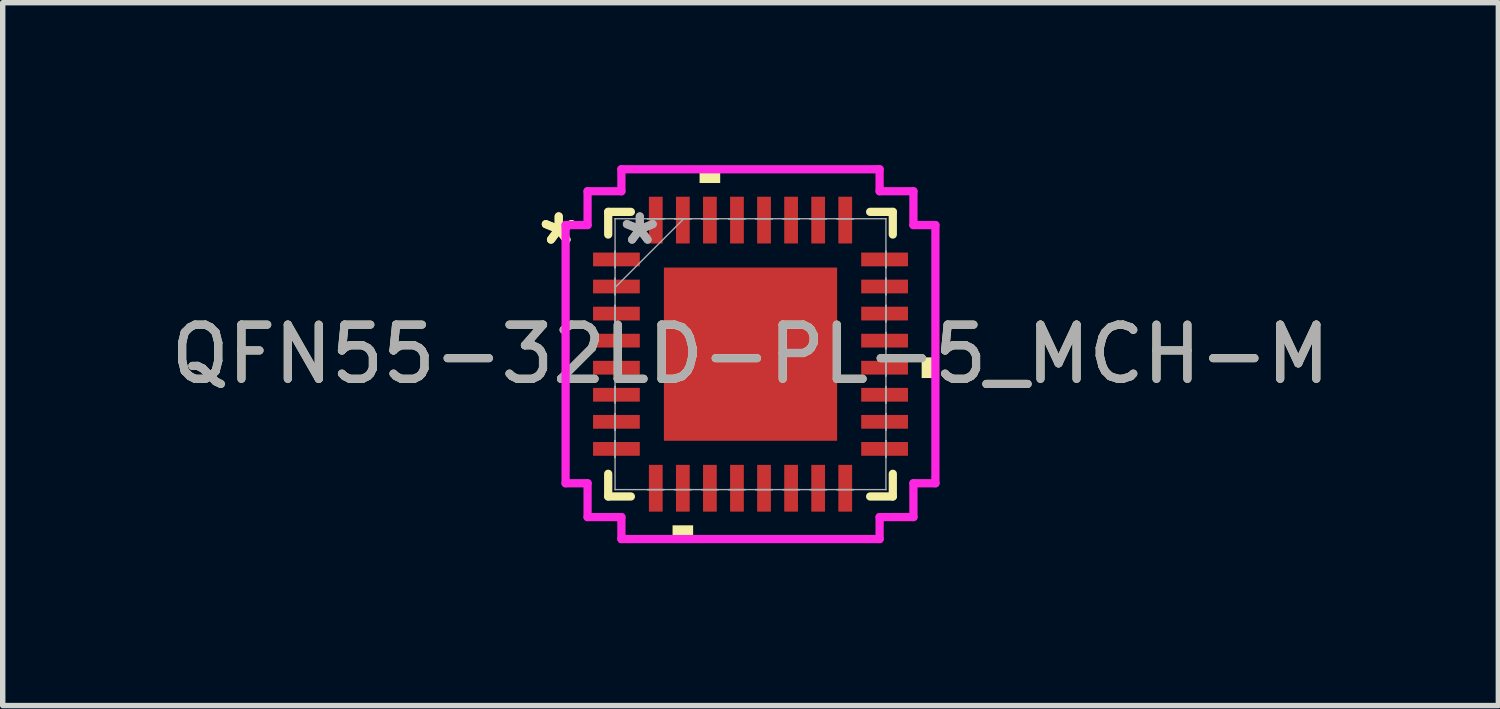
<source format=kicad_pcb>
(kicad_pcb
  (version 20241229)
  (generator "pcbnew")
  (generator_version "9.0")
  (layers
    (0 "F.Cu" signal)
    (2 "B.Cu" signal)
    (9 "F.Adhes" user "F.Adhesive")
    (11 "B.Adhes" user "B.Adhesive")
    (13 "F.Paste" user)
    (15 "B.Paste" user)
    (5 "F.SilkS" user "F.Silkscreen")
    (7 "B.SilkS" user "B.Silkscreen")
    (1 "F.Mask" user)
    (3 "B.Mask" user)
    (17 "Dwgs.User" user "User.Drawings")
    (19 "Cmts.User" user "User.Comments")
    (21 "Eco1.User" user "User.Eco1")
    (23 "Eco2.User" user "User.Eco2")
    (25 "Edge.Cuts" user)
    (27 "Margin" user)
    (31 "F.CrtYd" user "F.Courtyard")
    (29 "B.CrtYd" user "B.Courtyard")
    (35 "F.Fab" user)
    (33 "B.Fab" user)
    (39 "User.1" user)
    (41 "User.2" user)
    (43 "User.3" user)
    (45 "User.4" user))
  (footprint "QFN55-32LD-PL-5_MCH-M"
    (layer "F.Cu")
    (at 10.815 3.493)
    (property "Reference" "QFN55-32LD-PL-5_MCH-M" (at 0 0 0) (unlocked yes) (layer "F.SilkS") (effects (font (size 1 1) (thickness 0.15))))
    (attr smd)
    (fp_line (start -2.629 -2.629) (end -2.629 -2.21) (stroke (width 0.152) (type solid)) (layer "F.SilkS"))
    (fp_line (start -2.629 2.21) (end -2.629 2.629) (stroke (width 0.152) (type solid)) (layer "F.SilkS"))
    (fp_line (start -2.629 2.629) (end -2.21 2.629) (stroke (width 0.152) (type solid)) (layer "F.SilkS"))
    (fp_line (start -2.21 -2.629) (end -2.629 -2.629) (stroke (width 0.152) (type solid)) (layer "F.SilkS"))
    (fp_line (start 2.21 2.629) (end 2.629 2.629) (stroke (width 0.152) (type solid)) (layer "F.SilkS"))
    (fp_line (start 2.629 -2.629) (end 2.21 -2.629) (stroke (width 0.152) (type solid)) (layer "F.SilkS"))
    (fp_line (start 2.629 -2.21) (end 2.629 -2.629) (stroke (width 0.152) (type solid)) (layer "F.SilkS"))
    (fp_line (start 2.629 2.629) (end 2.629 2.21) (stroke (width 0.152) (type solid)) (layer "F.SilkS"))
    (fp_poly (pts (xy -1.44 3.162) (xy -1.44 3.416) (xy -1.06 3.416) (xy -1.06 3.162)) (stroke (width 0) (type solid)) (fill yes) (layer "F.SilkS"))
    (fp_poly (pts (xy -0.941 -3.162) (xy -0.941 -3.416) (xy -0.56 -3.416) (xy -0.56 -3.162)) (stroke (width 0) (type solid)) (fill yes) (layer "F.SilkS"))
    (fp_poly (pts (xy 3.416 0.059) (xy 3.416 0.441) (xy 3.162 0.441) (xy 3.162 0.059)) (stroke (width 0) (type solid)) (fill yes) (layer "F.SilkS"))
    (fp_poly (pts (xy -1.5 -1.5) (xy -1.5 -0.1) (xy -0.1 -0.1) (xy -0.1 -1.5)) (stroke (width 0) (type solid)) (fill yes) (layer "F.Paste"))
    (fp_poly (pts (xy -1.5 0.1) (xy -1.5 1.5) (xy -0.1 1.5) (xy -0.1 0.1)) (stroke (width 0) (type solid)) (fill yes) (layer "F.Paste"))
    (fp_poly (pts (xy 0.1 -1.5) (xy 0.1 -0.1) (xy 1.5 -0.1) (xy 1.5 -1.5)) (stroke (width 0) (type solid)) (fill yes) (layer "F.Paste"))
    (fp_poly (pts (xy 0.1 0.1) (xy 0.1 1.5) (xy 1.5 1.5) (xy 1.5 0.1)) (stroke (width 0) (type solid)) (fill yes) (layer "F.Paste"))
    (fp_line (start -3.416 -2.385) (end -3.01 -2.385) (stroke (width 0.152) (type solid)) (layer "F.CrtYd"))
    (fp_line (start -3.416 2.385) (end -3.416 -2.385) (stroke (width 0.152) (type solid)) (layer "F.CrtYd"))
    (fp_line (start -3.01 -3.01) (end -2.385 -3.01) (stroke (width 0.152) (type solid)) (layer "F.CrtYd"))
    (fp_line (start -3.01 -2.385) (end -3.01 -3.01) (stroke (width 0.152) (type solid)) (layer "F.CrtYd"))
    (fp_line (start -3.01 2.385) (end -3.416 2.385) (stroke (width 0.152) (type solid)) (layer "F.CrtYd"))
    (fp_line (start -3.01 3.01) (end -3.01 2.385) (stroke (width 0.152) (type solid)) (layer "F.CrtYd"))
    (fp_line (start -2.385 -3.416) (end 2.385 -3.416) (stroke (width 0.152) (type solid)) (layer "F.CrtYd"))
    (fp_line (start -2.385 -3.01) (end -2.385 -3.416) (stroke (width 0.152) (type solid)) (layer "F.CrtYd"))
    (fp_line (start -2.385 3.01) (end -3.01 3.01) (stroke (width 0.152) (type solid)) (layer "F.CrtYd"))
    (fp_line (start -2.385 3.416) (end -2.385 3.01) (stroke (width 0.152) (type solid)) (layer "F.CrtYd"))
    (fp_line (start 2.385 -3.416) (end 2.385 -3.01) (stroke (width 0.152) (type solid)) (layer "F.CrtYd"))
    (fp_line (start 2.385 -3.01) (end 3.01 -3.01) (stroke (width 0.152) (type solid)) (layer "F.CrtYd"))
    (fp_line (start 2.385 3.01) (end 2.385 3.416) (stroke (width 0.152) (type solid)) (layer "F.CrtYd"))
    (fp_line (start 2.385 3.416) (end -2.385 3.416) (stroke (width 0.152) (type solid)) (layer "F.CrtYd"))
    (fp_line (start 3.01 -3.01) (end 3.01 -2.385) (stroke (width 0.152) (type solid)) (layer "F.CrtYd"))
    (fp_line (start 3.01 -2.385) (end 3.416 -2.385) (stroke (width 0.152) (type solid)) (layer "F.CrtYd"))
    (fp_line (start 3.01 2.385) (end 3.01 3.01) (stroke (width 0.152) (type solid)) (layer "F.CrtYd"))
    (fp_line (start 3.01 3.01) (end 2.385 3.01) (stroke (width 0.152) (type solid)) (layer "F.CrtYd"))
    (fp_line (start 3.416 -2.385) (end 3.416 2.385) (stroke (width 0.152) (type solid)) (layer "F.CrtYd"))
    (fp_line (start 3.416 2.385) (end 3.01 2.385) (stroke (width 0.152) (type solid)) (layer "F.CrtYd"))
    (fp_line (start -2.502 -2.502) (end -2.502 -2.502) (stroke (width 0.025) (type solid)) (layer "F.Fab"))
    (fp_line (start -2.502 -2.502) (end -2.502 2.502) (stroke (width 0.025) (type solid)) (layer "F.Fab"))
    (fp_line (start -2.502 -1.902) (end -2.502 -1.902) (stroke (width 0.025) (type solid)) (layer "F.Fab"))
    (fp_line (start -2.502 -1.902) (end -2.502 -1.598) (stroke (width 0.025) (type solid)) (layer "F.Fab"))
    (fp_line (start -2.502 -1.598) (end -2.502 -1.902) (stroke (width 0.025) (type solid)) (layer "F.Fab"))
    (fp_line (start -2.502 -1.598) (end -2.502 -1.598) (stroke (width 0.025) (type solid)) (layer "F.Fab"))
    (fp_line (start -2.502 -1.402) (end -2.502 -1.402) (stroke (width 0.025) (type solid)) (layer "F.Fab"))
    (fp_line (start -2.502 -1.402) (end -2.502 -1.098) (stroke (width 0.025) (type solid)) (layer "F.Fab"))
    (fp_line (start -2.502 -1.232) (end -1.232 -2.502) (stroke (width 0.025) (type solid)) (layer "F.Fab"))
    (fp_line (start -2.502 -1.098) (end -2.502 -1.402) (stroke (width 0.025) (type solid)) (layer "F.Fab"))
    (fp_line (start -2.502 -1.098) (end -2.502 -1.098) (stroke (width 0.025) (type solid)) (layer "F.Fab"))
    (fp_line (start -2.502 -0.902) (end -2.502 -0.902) (stroke (width 0.025) (type solid)) (layer "F.Fab"))
    (fp_line (start -2.502 -0.902) (end -2.502 -0.598) (stroke (width 0.025) (type solid)) (layer "F.Fab"))
    (fp_line (start -2.502 -0.598) (end -2.502 -0.902) (stroke (width 0.025) (type solid)) (layer "F.Fab"))
    (fp_line (start -2.502 -0.598) (end -2.502 -0.598) (stroke (width 0.025) (type solid)) (layer "F.Fab"))
    (fp_line (start -2.502 -0.402) (end -2.502 -0.402) (stroke (width 0.025) (type solid)) (layer "F.Fab"))
    (fp_line (start -2.502 -0.402) (end -2.502 -0.098) (stroke (width 0.025) (type solid)) (layer "F.Fab"))
    (fp_line (start -2.502 -0.098) (end -2.502 -0.402) (stroke (width 0.025) (type solid)) (layer "F.Fab"))
    (fp_line (start -2.502 -0.098) (end -2.502 -0.098) (stroke (width 0.025) (type solid)) (layer "F.Fab"))
    (fp_line (start -2.502 0.098) (end -2.502 0.098) (stroke (width 0.025) (type solid)) (layer "F.Fab"))
    (fp_line (start -2.502 0.098) (end -2.502 0.402) (stroke (width 0.025) (type solid)) (layer "F.Fab"))
    (fp_line (start -2.502 0.402) (end -2.502 0.098) (stroke (width 0.025) (type solid)) (layer "F.Fab"))
    (fp_line (start -2.502 0.402) (end -2.502 0.402) (stroke (width 0.025) (type solid)) (layer "F.Fab"))
    (fp_line (start -2.502 0.598) (end -2.502 0.598) (stroke (width 0.025) (type solid)) (layer "F.Fab"))
    (fp_line (start -2.502 0.598) (end -2.502 0.902) (stroke (width 0.025) (type solid)) (layer "F.Fab"))
    (fp_line (start -2.502 0.902) (end -2.502 0.598) (stroke (width 0.025) (type solid)) (layer "F.Fab"))
    (fp_line (start -2.502 0.902) (end -2.502 0.902) (stroke (width 0.025) (type solid)) (layer "F.Fab"))
    (fp_line (start -2.502 1.098) (end -2.502 1.098) (stroke (width 0.025) (type solid)) (layer "F.Fab"))
    (fp_line (start -2.502 1.098) (end -2.502 1.402) (stroke (width 0.025) (type solid)) (layer "F.Fab"))
    (fp_line (start -2.502 1.402) (end -2.502 1.098) (stroke (width 0.025) (type solid)) (layer "F.Fab"))
    (fp_line (start -2.502 1.402) (end -2.502 1.402) (stroke (width 0.025) (type solid)) (layer "F.Fab"))
    (fp_line (start -2.502 1.598) (end -2.502 1.598) (stroke (width 0.025) (type solid)) (layer "F.Fab"))
    (fp_line (start -2.502 1.598) (end -2.502 1.902) (stroke (width 0.025) (type solid)) (layer "F.Fab"))
    (fp_line (start -2.502 1.902) (end -2.502 1.598) (stroke (width 0.025) (type solid)) (layer "F.Fab"))
    (fp_line (start -2.502 1.902) (end -2.502 1.902) (stroke (width 0.025) (type solid)) (layer "F.Fab"))
    (fp_line (start -2.502 2.502) (end -2.502 2.502) (stroke (width 0.025) (type solid)) (layer "F.Fab"))
    (fp_line (start -2.502 2.502) (end 2.502 2.502) (stroke (width 0.025) (type solid)) (layer "F.Fab"))
    (fp_line (start -1.902 -2.502) (end -1.902 -2.502) (stroke (width 0.025) (type solid)) (layer "F.Fab"))
    (fp_line (start -1.902 -2.502) (end -1.598 -2.502) (stroke (width 0.025) (type solid)) (layer "F.Fab"))
    (fp_line (start -1.902 2.502) (end -1.902 2.502) (stroke (width 0.025) (type solid)) (layer "F.Fab"))
    (fp_line (start -1.902 2.502) (end -1.598 2.502) (stroke (width 0.025) (type solid)) (layer "F.Fab"))
    (fp_line (start -1.598 -2.502) (end -1.902 -2.502) (stroke (width 0.025) (type solid)) (layer "F.Fab"))
    (fp_line (start -1.598 -2.502) (end -1.598 -2.502) (stroke (width 0.025) (type solid)) (layer "F.Fab"))
    (fp_line (start -1.598 2.502) (end -1.902 2.502) (stroke (width 0.025) (type solid)) (layer "F.Fab"))
    (fp_line (start -1.598 2.502) (end -1.598 2.502) (stroke (width 0.025) (type solid)) (layer "F.Fab"))
    (fp_line (start -1.402 -2.502) (end -1.402 -2.502) (stroke (width 0.025) (type solid)) (layer "F.Fab"))
    (fp_line (start -1.402 -2.502) (end -1.098 -2.502) (stroke (width 0.025) (type solid)) (layer "F.Fab"))
    (fp_line (start -1.402 2.502) (end -1.402 2.502) (stroke (width 0.025) (type solid)) (layer "F.Fab"))
    (fp_line (start -1.402 2.502) (end -1.098 2.502) (stroke (width 0.025) (type solid)) (layer "F.Fab"))
    (fp_line (start -1.098 -2.502) (end -1.402 -2.502) (stroke (width 0.025) (type solid)) (layer "F.Fab"))
    (fp_line (start -1.098 -2.502) (end -1.098 -2.502) (stroke (width 0.025) (type solid)) (layer "F.Fab"))
    (fp_line (start -1.098 2.502) (end -1.402 2.502) (stroke (width 0.025) (type solid)) (layer "F.Fab"))
    (fp_line (start -1.098 2.502) (end -1.098 2.502) (stroke (width 0.025) (type solid)) (layer "F.Fab"))
    (fp_line (start -0.902 -2.502) (end -0.902 -2.502) (stroke (width 0.025) (type solid)) (layer "F.Fab"))
    (fp_line (start -0.902 -2.502) (end -0.598 -2.502) (stroke (width 0.025) (type solid)) (layer "F.Fab"))
    (fp_line (start -0.902 2.502) (end -0.902 2.502) (stroke (width 0.025) (type solid)) (layer "F.Fab"))
    (fp_line (start -0.902 2.502) (end -0.598 2.502) (stroke (width 0.025) (type solid)) (layer "F.Fab"))
    (fp_line (start -0.598 -2.502) (end -0.902 -2.502) (stroke (width 0.025) (type solid)) (layer "F.Fab"))
    (fp_line (start -0.598 -2.502) (end -0.598 -2.502) (stroke (width 0.025) (type solid)) (layer "F.Fab"))
    (fp_line (start -0.598 2.502) (end -0.902 2.502) (stroke (width 0.025) (type solid)) (layer "F.Fab"))
    (fp_line (start -0.598 2.502) (end -0.598 2.502) (stroke (width 0.025) (type solid)) (layer "F.Fab"))
    (fp_line (start -0.402 -2.502) (end -0.402 -2.502) (stroke (width 0.025) (type solid)) (layer "F.Fab"))
    (fp_line (start -0.402 -2.502) (end -0.098 -2.502) (stroke (width 0.025) (type solid)) (layer "F.Fab"))
    (fp_line (start -0.402 2.502) (end -0.402 2.502) (stroke (width 0.025) (type solid)) (layer "F.Fab"))
    (fp_line (start -0.402 2.502) (end -0.098 2.502) (stroke (width 0.025) (type solid)) (layer "F.Fab"))
    (fp_line (start -0.098 -2.502) (end -0.402 -2.502) (stroke (width 0.025) (type solid)) (layer "F.Fab"))
    (fp_line (start -0.098 -2.502) (end -0.098 -2.502) (stroke (width 0.025) (type solid)) (layer "F.Fab"))
    (fp_line (start -0.098 2.502) (end -0.402 2.502) (stroke (width 0.025) (type solid)) (layer "F.Fab"))
    (fp_line (start -0.098 2.502) (end -0.098 2.502) (stroke (width 0.025) (type solid)) (layer "F.Fab"))
    (fp_line (start 0.098 -2.502) (end 0.098 -2.502) (stroke (width 0.025) (type solid)) (layer "F.Fab"))
    (fp_line (start 0.098 -2.502) (end 0.402 -2.502) (stroke (width 0.025) (type solid)) (layer "F.Fab"))
    (fp_line (start 0.098 2.502) (end 0.098 2.502) (stroke (width 0.025) (type solid)) (layer "F.Fab"))
    (fp_line (start 0.098 2.502) (end 0.402 2.502) (stroke (width 0.025) (type solid)) (layer "F.Fab"))
    (fp_line (start 0.402 -2.502) (end 0.098 -2.502) (stroke (width 0.025) (type solid)) (layer "F.Fab"))
    (fp_line (start 0.402 -2.502) (end 0.402 -2.502) (stroke (width 0.025) (type solid)) (layer "F.Fab"))
    (fp_line (start 0.402 2.502) (end 0.098 2.502) (stroke (width 0.025) (type solid)) (layer "F.Fab"))
    (fp_line (start 0.402 2.502) (end 0.402 2.502) (stroke (width 0.025) (type solid)) (layer "F.Fab"))
    (fp_line (start 0.598 -2.502) (end 0.598 -2.502) (stroke (width 0.025) (type solid)) (layer "F.Fab"))
    (fp_line (start 0.598 -2.502) (end 0.902 -2.502) (stroke (width 0.025) (type solid)) (layer "F.Fab"))
    (fp_line (start 0.598 2.502) (end 0.598 2.502) (stroke (width 0.025) (type solid)) (layer "F.Fab"))
    (fp_line (start 0.598 2.502) (end 0.902 2.502) (stroke (width 0.025) (type solid)) (layer "F.Fab"))
    (fp_line (start 0.902 -2.502) (end 0.598 -2.502) (stroke (width 0.025) (type solid)) (layer "F.Fab"))
    (fp_line (start 0.902 -2.502) (end 0.902 -2.502) (stroke (width 0.025) (type solid)) (layer "F.Fab"))
    (fp_line (start 0.902 2.502) (end 0.598 2.502) (stroke (width 0.025) (type solid)) (layer "F.Fab"))
    (fp_line (start 0.902 2.502) (end 0.902 2.502) (stroke (width 0.025) (type solid)) (layer "F.Fab"))
    (fp_line (start 1.098 -2.502) (end 1.098 -2.502) (stroke (width 0.025) (type solid)) (layer "F.Fab"))
    (fp_line (start 1.098 -2.502) (end 1.402 -2.502) (stroke (width 0.025) (type solid)) (layer "F.Fab"))
    (fp_line (start 1.098 2.502) (end 1.098 2.502) (stroke (width 0.025) (type solid)) (layer "F.Fab"))
    (fp_line (start 1.098 2.502) (end 1.402 2.502) (stroke (width 0.025) (type solid)) (layer "F.Fab"))
    (fp_line (start 1.402 -2.502) (end 1.098 -2.502) (stroke (width 0.025) (type solid)) (layer "F.Fab"))
    (fp_line (start 1.402 -2.502) (end 1.402 -2.502) (stroke (width 0.025) (type solid)) (layer "F.Fab"))
    (fp_line (start 1.402 2.502) (end 1.098 2.502) (stroke (width 0.025) (type solid)) (layer "F.Fab"))
    (fp_line (start 1.402 2.502) (end 1.402 2.502) (stroke (width 0.025) (type solid)) (layer "F.Fab"))
    (fp_line (start 1.598 -2.502) (end 1.598 -2.502) (stroke (width 0.025) (type solid)) (layer "F.Fab"))
    (fp_line (start 1.598 -2.502) (end 1.902 -2.502) (stroke (width 0.025) (type solid)) (layer "F.Fab"))
    (fp_line (start 1.598 2.502) (end 1.598 2.502) (stroke (width 0.025) (type solid)) (layer "F.Fab"))
    (fp_line (start 1.598 2.502) (end 1.902 2.502) (stroke (width 0.025) (type solid)) (layer "F.Fab"))
    (fp_line (start 1.902 -2.502) (end 1.598 -2.502) (stroke (width 0.025) (type solid)) (layer "F.Fab"))
    (fp_line (start 1.902 -2.502) (end 1.902 -2.502) (stroke (width 0.025) (type solid)) (layer "F.Fab"))
    (fp_line (start 1.902 2.502) (end 1.598 2.502) (stroke (width 0.025) (type solid)) (layer "F.Fab"))
    (fp_line (start 1.902 2.502) (end 1.902 2.502) (stroke (width 0.025) (type solid)) (layer "F.Fab"))
    (fp_line (start 2.502 -2.502) (end -2.502 -2.502) (stroke (width 0.025) (type solid)) (layer "F.Fab"))
    (fp_line (start 2.502 -2.502) (end 2.502 -2.502) (stroke (width 0.025) (type solid)) (layer "F.Fab"))
    (fp_line (start 2.502 -1.902) (end 2.502 -1.902) (stroke (width 0.025) (type solid)) (layer "F.Fab"))
    (fp_line (start 2.502 -1.902) (end 2.502 -1.598) (stroke (width 0.025) (type solid)) (layer "F.Fab"))
    (fp_line (start 2.502 -1.598) (end 2.502 -1.902) (stroke (width 0.025) (type solid)) (layer "F.Fab"))
    (fp_line (start 2.502 -1.598) (end 2.502 -1.598) (stroke (width 0.025) (type solid)) (layer "F.Fab"))
    (fp_line (start 2.502 -1.402) (end 2.502 -1.402) (stroke (width 0.025) (type solid)) (layer "F.Fab"))
    (fp_line (start 2.502 -1.402) (end 2.502 -1.098) (stroke (width 0.025) (type solid)) (layer "F.Fab"))
    (fp_line (start 2.502 -1.098) (end 2.502 -1.402) (stroke (width 0.025) (type solid)) (layer "F.Fab"))
    (fp_line (start 2.502 -1.098) (end 2.502 -1.098) (stroke (width 0.025) (type solid)) (layer "F.Fab"))
    (fp_line (start 2.502 -0.902) (end 2.502 -0.902) (stroke (width 0.025) (type solid)) (layer "F.Fab"))
    (fp_line (start 2.502 -0.902) (end 2.502 -0.598) (stroke (width 0.025) (type solid)) (layer "F.Fab"))
    (fp_line (start 2.502 -0.598) (end 2.502 -0.902) (stroke (width 0.025) (type solid)) (layer "F.Fab"))
    (fp_line (start 2.502 -0.598) (end 2.502 -0.598) (stroke (width 0.025) (type solid)) (layer "F.Fab"))
    (fp_line (start 2.502 -0.402) (end 2.502 -0.402) (stroke (width 0.025) (type solid)) (layer "F.Fab"))
    (fp_line (start 2.502 -0.402) (end 2.502 -0.098) (stroke (width 0.025) (type solid)) (layer "F.Fab"))
    (fp_line (start 2.502 -0.098) (end 2.502 -0.402) (stroke (width 0.025) (type solid)) (layer "F.Fab"))
    (fp_line (start 2.502 -0.098) (end 2.502 -0.098) (stroke (width 0.025) (type solid)) (layer "F.Fab"))
    (fp_line (start 2.502 0.098) (end 2.502 0.098) (stroke (width 0.025) (type solid)) (layer "F.Fab"))
    (fp_line (start 2.502 0.098) (end 2.502 0.402) (stroke (width 0.025) (type solid)) (layer "F.Fab"))
    (fp_line (start 2.502 0.402) (end 2.502 0.098) (stroke (width 0.025) (type solid)) (layer "F.Fab"))
    (fp_line (start 2.502 0.402) (end 2.502 0.402) (stroke (width 0.025) (type solid)) (layer "F.Fab"))
    (fp_line (start 2.502 0.598) (end 2.502 0.598) (stroke (width 0.025) (type solid)) (layer "F.Fab"))
    (fp_line (start 2.502 0.598) (end 2.502 0.902) (stroke (width 0.025) (type solid)) (layer "F.Fab"))
    (fp_line (start 2.502 0.902) (end 2.502 0.598) (stroke (width 0.025) (type solid)) (layer "F.Fab"))
    (fp_line (start 2.502 0.902) (end 2.502 0.902) (stroke (width 0.025) (type solid)) (layer "F.Fab"))
    (fp_line (start 2.502 1.098) (end 2.502 1.098) (stroke (width 0.025) (type solid)) (layer "F.Fab"))
    (fp_line (start 2.502 1.098) (end 2.502 1.402) (stroke (width 0.025) (type solid)) (layer "F.Fab"))
    (fp_line (start 2.502 1.402) (end 2.502 1.098) (stroke (width 0.025) (type solid)) (layer "F.Fab"))
    (fp_line (start 2.502 1.402) (end 2.502 1.402) (stroke (width 0.025) (type solid)) (layer "F.Fab"))
    (fp_line (start 2.502 1.598) (end 2.502 1.598) (stroke (width 0.025) (type solid)) (layer "F.Fab"))
    (fp_line (start 2.502 1.598) (end 2.502 1.902) (stroke (width 0.025) (type solid)) (layer "F.Fab"))
    (fp_line (start 2.502 1.902) (end 2.502 1.598) (stroke (width 0.025) (type solid)) (layer "F.Fab"))
    (fp_line (start 2.502 1.902) (end 2.502 1.902) (stroke (width 0.025) (type solid)) (layer "F.Fab"))
    (fp_line (start 2.502 2.502) (end 2.502 -2.502) (stroke (width 0.025) (type solid)) (layer "F.Fab"))
    (fp_line (start 2.502 2.502) (end 2.502 2.502) (stroke (width 0.025) (type solid)) (layer "F.Fab"))
    (fp_text user "*" (at -3.543 -2 0) (layer "F.SilkS") (effects (font (size 1 1) (thickness 0.15))))
    (fp_text user "*" (at -3.543 -2 0) (unlocked yes) (layer "F.SilkS") (effects (font (size 1 1) (thickness 0.15))))
    (fp_text user "${REFERENCE}" (at 0 0 0) (unlocked yes) (layer "F.Fab") (effects (font (size 1 1) (thickness 0.15))))
    (fp_text user "*" (at -2.045 -2 0) (layer "F.Fab") (effects (font (size 1 1) (thickness 0.15))))
    (fp_text user "*" (at -2.045 -2 0) (unlocked yes) (layer "F.Fab") (effects (font (size 1 1) (thickness 0.15))))
    (pad "1" smd rect (at -2.477 -1.75 90) (size 0.254 0.864) (layers "F.Cu" "F.Mask" "F.Paste"))
    (pad "2" smd rect (at -2.477 -1.25 90) (size 0.254 0.864) (layers "F.Cu" "F.Mask" "F.Paste"))
    (pad "3" smd rect (at -2.477 -0.75 90) (size 0.254 0.864) (layers "F.Cu" "F.Mask" "F.Paste"))
    (pad "4" smd rect (at -2.477 -0.25 90) (size 0.254 0.864) (layers "F.Cu" "F.Mask" "F.Paste"))
    (pad "5" smd rect (at -2.477 0.25 90) (size 0.254 0.864) (layers "F.Cu" "F.Mask" "F.Paste"))
    (pad "6" smd rect (at -2.477 0.75 90) (size 0.254 0.864) (layers "F.Cu" "F.Mask" "F.Paste"))
    (pad "7" smd rect (at -2.477 1.25 90) (size 0.254 0.864) (layers "F.Cu" "F.Mask" "F.Paste"))
    (pad "8" smd rect (at -2.477 1.75 90) (size 0.254 0.864) (layers "F.Cu" "F.Mask" "F.Paste"))
    (pad "9" smd rect (at -1.75 2.477) (size 0.254 0.864) (layers "F.Cu" "F.Mask" "F.Paste"))
    (pad "10" smd rect (at -1.25 2.477) (size 0.254 0.864) (layers "F.Cu" "F.Mask" "F.Paste"))
    (pad "11" smd rect (at -0.75 2.477) (size 0.254 0.864) (layers "F.Cu" "F.Mask" "F.Paste"))
    (pad "12" smd rect (at -0.25 2.477) (size 0.254 0.864) (layers "F.Cu" "F.Mask" "F.Paste"))
    (pad "13" smd rect (at 0.25 2.477) (size 0.254 0.864) (layers "F.Cu" "F.Mask" "F.Paste"))
    (pad "14" smd rect (at 0.75 2.477) (size 0.254 0.864) (layers "F.Cu" "F.Mask" "F.Paste"))
    (pad "15" smd rect (at 1.25 2.477) (size 0.254 0.864) (layers "F.Cu" "F.Mask" "F.Paste"))
    (pad "16" smd rect (at 1.75 2.477) (size 0.254 0.864) (layers "F.Cu" "F.Mask" "F.Paste"))
    (pad "17" smd rect (at 2.477 1.75 90) (size 0.254 0.864) (layers "F.Cu" "F.Mask" "F.Paste"))
    (pad "18" smd rect (at 2.477 1.25 90) (size 0.254 0.864) (layers "F.Cu" "F.Mask" "F.Paste"))
    (pad "19" smd rect (at 2.477 0.75 90) (size 0.254 0.864) (layers "F.Cu" "F.Mask" "F.Paste"))
    (pad "20" smd rect (at 2.477 0.25 90) (size 0.254 0.864) (layers "F.Cu" "F.Mask" "F.Paste"))
    (pad "21" smd rect (at 2.477 -0.25 90) (size 0.254 0.864) (layers "F.Cu" "F.Mask" "F.Paste"))
    (pad "22" smd rect (at 2.477 -0.75 90) (size 0.254 0.864) (layers "F.Cu" "F.Mask" "F.Paste"))
    (pad "23" smd rect (at 2.477 -1.25 90) (size 0.254 0.864) (layers "F.Cu" "F.Mask" "F.Paste"))
    (pad "24" smd rect (at 2.477 -1.75 90) (size 0.254 0.864) (layers "F.Cu" "F.Mask" "F.Paste"))
    (pad "25" smd rect (at 1.75 -2.477) (size 0.254 0.864) (layers "F.Cu" "F.Mask" "F.Paste"))
    (pad "26" smd rect (at 1.25 -2.477) (size 0.254 0.864) (layers "F.Cu" "F.Mask" "F.Paste"))
    (pad "27" smd rect (at 0.75 -2.477) (size 0.254 0.864) (layers "F.Cu" "F.Mask" "F.Paste"))
    (pad "28" smd rect (at 0.25 -2.477) (size 0.254 0.864) (layers "F.Cu" "F.Mask" "F.Paste"))
    (pad "29" smd rect (at -0.25 -2.477) (size 0.254 0.864) (layers "F.Cu" "F.Mask" "F.Paste"))
    (pad "30" smd rect (at -0.75 -2.477) (size 0.254 0.864) (layers "F.Cu" "F.Mask" "F.Paste"))
    (pad "31" smd rect (at -1.25 -2.477) (size 0.254 0.864) (layers "F.Cu" "F.Mask" "F.Paste"))
    (pad "32" smd rect (at -1.75 -2.477) (size 0.254 0.864) (layers "F.Cu" "F.Mask" "F.Paste"))
    (pad "33" smd rect (at 0 0) (size 3.2 3.2) (layers "F.Cu" "F.Mask" "F.Paste")))
  (gr_rect
    (start -3 -3)
    (end 24.631 9.985)
    (stroke (width 0.1) (type default))
    (fill no)
    (layer "Edge.Cuts")))
</source>
